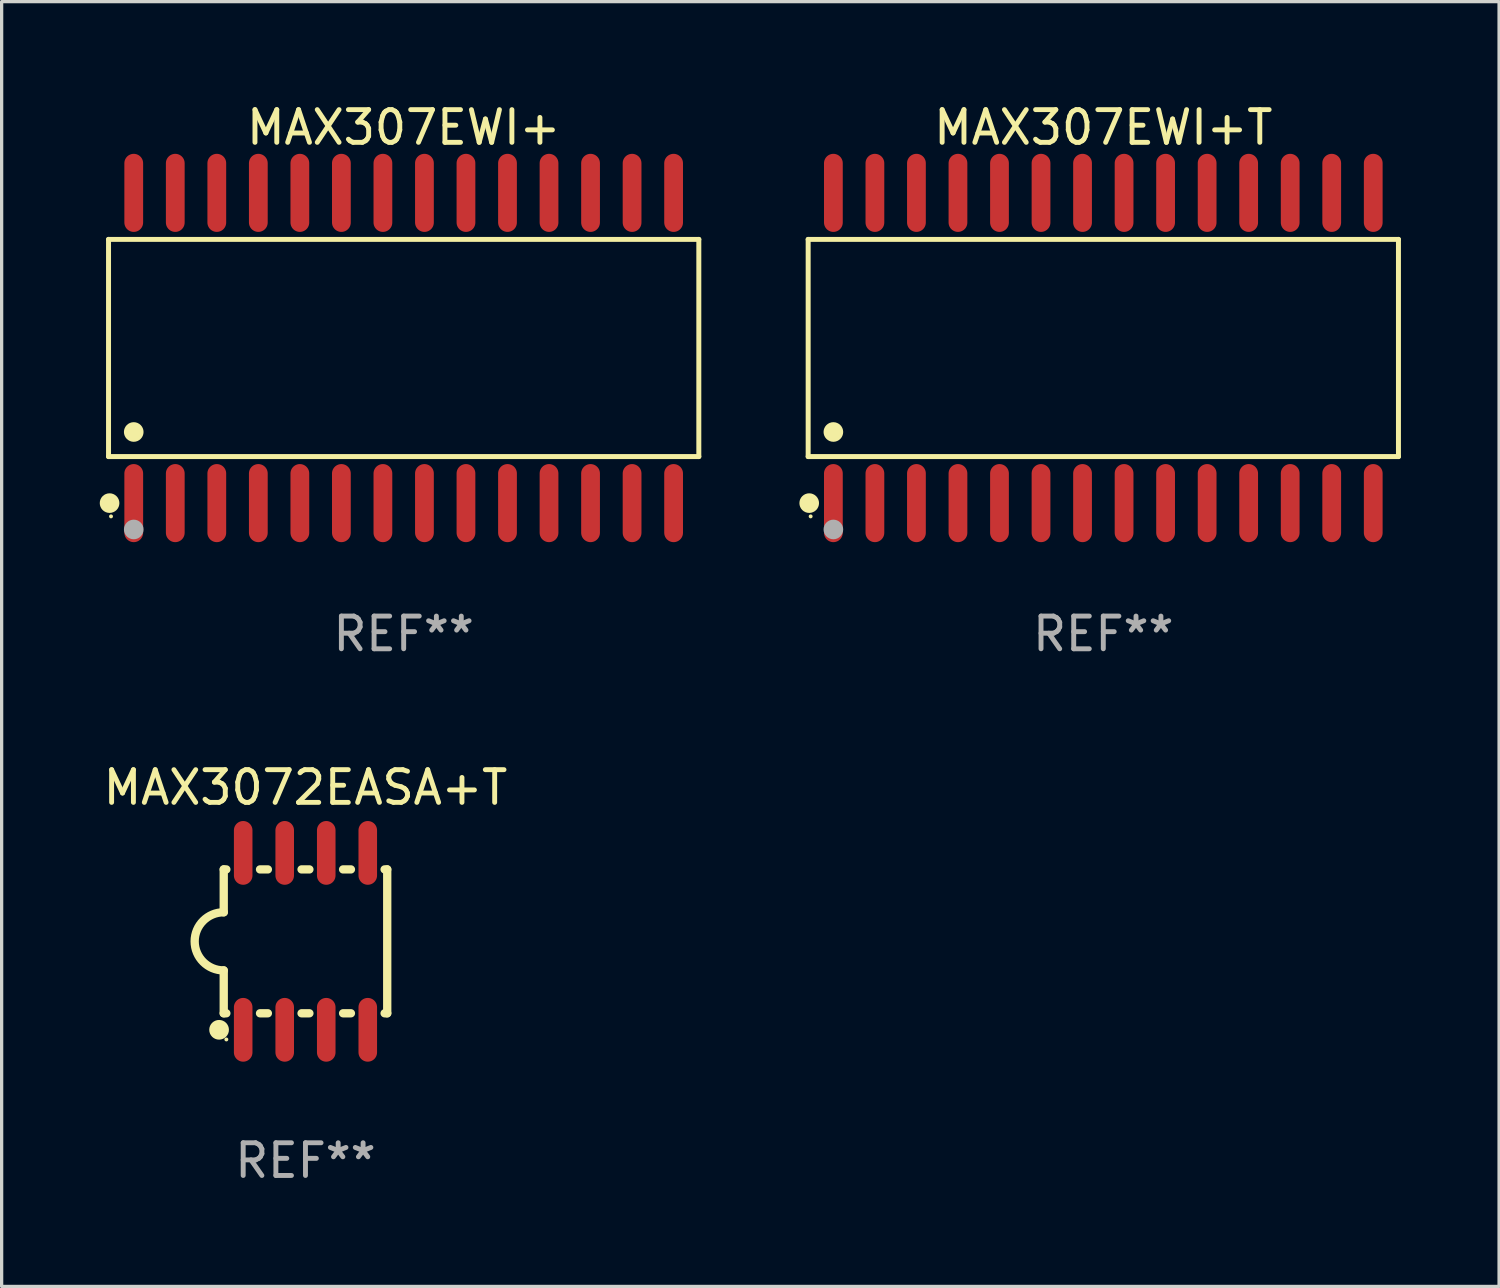
<source format=kicad_pcb>
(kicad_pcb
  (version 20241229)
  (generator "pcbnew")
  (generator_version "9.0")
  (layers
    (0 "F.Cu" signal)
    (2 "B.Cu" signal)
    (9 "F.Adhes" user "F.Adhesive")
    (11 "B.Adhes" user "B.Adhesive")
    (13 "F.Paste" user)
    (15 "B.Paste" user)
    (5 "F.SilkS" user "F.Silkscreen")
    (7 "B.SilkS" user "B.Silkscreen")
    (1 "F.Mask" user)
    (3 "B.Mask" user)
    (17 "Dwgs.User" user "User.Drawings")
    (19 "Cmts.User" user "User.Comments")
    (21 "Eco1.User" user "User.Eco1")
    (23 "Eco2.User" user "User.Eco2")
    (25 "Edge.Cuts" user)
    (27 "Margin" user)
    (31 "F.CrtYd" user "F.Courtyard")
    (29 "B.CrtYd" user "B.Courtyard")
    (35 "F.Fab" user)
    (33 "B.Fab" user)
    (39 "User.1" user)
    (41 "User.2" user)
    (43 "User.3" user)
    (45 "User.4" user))
  (footprint "MAX307EWI+T"
    (layer "F.Cu")
    (at 30.691 7.592)
    (property "Reference" "MAX307EWI+T" (at 0 -6.744 0) (layer "F.SilkS") (effects (font (size 1 1) (thickness 0.15))))
    (attr through_hole)
    (fp_line (start -9.026 -3.321) (end 9.026 -3.321) (stroke (width 0.152) (type solid)) (layer "F.SilkS"))
    (fp_line (start -9.026 3.321) (end -9.026 -3.321) (stroke (width 0.152) (type solid)) (layer "F.SilkS"))
    (fp_line (start 9.026 -3.321) (end 9.026 3.321) (stroke (width 0.152) (type solid)) (layer "F.SilkS"))
    (fp_line (start 9.026 3.321) (end -9.026 3.321) (stroke (width 0.152) (type solid)) (layer "F.SilkS"))
    (fp_circle (center -8.994 4.744) (end -8.844 4.744) (stroke (width 0.3) (type solid)) (fill no) (layer "F.SilkS"))
    (fp_circle (center -8.95 5.15) (end -8.92 5.15) (stroke (width 0.06) (type solid)) (fill no) (layer "F.SilkS"))
    (fp_circle (center -8.255 2.569) (end -8.105 2.569) (stroke (width 0.3) (type solid)) (fill no) (layer "F.SilkS"))
    (fp_circle (center -8.255 5.55) (end -8.105 5.55) (stroke (width 0.3) (type solid)) (fill no) (layer "F.Fab"))
    (fp_text user "REF**" (at 0 8.744 0) (layer "F.Fab") (effects (font (size 1 1) (thickness 0.15))))
    (pad "1" smd oval (at -8.255 4.744) (size 0.574 2.388) (layers "F.Cu" "F.Mask" "F.Paste"))
    (pad "2" smd oval (at -6.985 4.744) (size 0.574 2.388) (layers "F.Cu" "F.Mask" "F.Paste"))
    (pad "3" smd oval (at -5.715 4.744) (size 0.574 2.388) (layers "F.Cu" "F.Mask" "F.Paste"))
    (pad "4" smd oval (at -4.445 4.744) (size 0.574 2.388) (layers "F.Cu" "F.Mask" "F.Paste"))
    (pad "5" smd oval (at -3.175 4.744) (size 0.574 2.388) (layers "F.Cu" "F.Mask" "F.Paste"))
    (pad "6" smd oval (at -1.905 4.744) (size 0.574 2.388) (layers "F.Cu" "F.Mask" "F.Paste"))
    (pad "7" smd oval (at -0.635 4.744) (size 0.574 2.388) (layers "F.Cu" "F.Mask" "F.Paste"))
    (pad "8" smd oval (at 0.635 4.744) (size 0.574 2.388) (layers "F.Cu" "F.Mask" "F.Paste"))
    (pad "9" smd oval (at 1.905 4.744) (size 0.574 2.388) (layers "F.Cu" "F.Mask" "F.Paste"))
    (pad "10" smd oval (at 3.175 4.744) (size 0.574 2.388) (layers "F.Cu" "F.Mask" "F.Paste"))
    (pad "11" smd oval (at 4.445 4.744) (size 0.574 2.388) (layers "F.Cu" "F.Mask" "F.Paste"))
    (pad "12" smd oval (at 5.715 4.744) (size 0.574 2.388) (layers "F.Cu" "F.Mask" "F.Paste"))
    (pad "13" smd oval (at 6.985 4.744) (size 0.574 2.388) (layers "F.Cu" "F.Mask" "F.Paste"))
    (pad "14" smd oval (at 8.255 4.744) (size 0.574 2.388) (layers "F.Cu" "F.Mask" "F.Paste"))
    (pad "15" smd oval (at 8.255 -4.744) (size 0.574 2.388) (layers "F.Cu" "F.Mask" "F.Paste"))
    (pad "16" smd oval (at 6.985 -4.744) (size 0.574 2.388) (layers "F.Cu" "F.Mask" "F.Paste"))
    (pad "17" smd oval (at 5.715 -4.744) (size 0.574 2.388) (layers "F.Cu" "F.Mask" "F.Paste"))
    (pad "18" smd oval (at 4.445 -4.744) (size 0.574 2.388) (layers "F.Cu" "F.Mask" "F.Paste"))
    (pad "19" smd oval (at 3.175 -4.744) (size 0.574 2.388) (layers "F.Cu" "F.Mask" "F.Paste"))
    (pad "20" smd oval (at 1.905 -4.744) (size 0.574 2.388) (layers "F.Cu" "F.Mask" "F.Paste"))
    (pad "21" smd oval (at 0.635 -4.744) (size 0.574 2.388) (layers "F.Cu" "F.Mask" "F.Paste"))
    (pad "22" smd oval (at -0.635 -4.744) (size 0.574 2.388) (layers "F.Cu" "F.Mask" "F.Paste"))
    (pad "23" smd oval (at -1.905 -4.744) (size 0.574 2.388) (layers "F.Cu" "F.Mask" "F.Paste"))
    (pad "24" smd oval (at -3.175 -4.744) (size 0.574 2.388) (layers "F.Cu" "F.Mask" "F.Paste"))
    (pad "25" smd oval (at -4.445 -4.744) (size 0.574 2.388) (layers "F.Cu" "F.Mask" "F.Paste"))
    (pad "26" smd oval (at -5.715 -4.744) (size 0.574 2.388) (layers "F.Cu" "F.Mask" "F.Paste"))
    (pad "27" smd oval (at -6.985 -4.744) (size 0.574 2.388) (layers "F.Cu" "F.Mask" "F.Paste"))
    (pad "28" smd oval (at -8.255 -4.744) (size 0.574 2.388) (layers "F.Cu" "F.Mask" "F.Paste")))
  (footprint "MAX3072EASA+T"
    (layer "F.Cu")
    (at 6.292 25.738)
    (property "Reference" "MAX3072EASA+T" (at 0 -4.705 0) (layer "F.SilkS") (effects (font (size 1 1) (thickness 0.15))))
    (attr through_hole)
    (fp_line (start -2.5 -2.2) (end -2.5 -0.889) (stroke (width 0.254) (type solid)) (layer "F.SilkS"))
    (fp_line (start -2.5 2.2) (end -2.5 0.889) (stroke (width 0.254) (type solid)) (layer "F.SilkS"))
    (fp_line (start -2.42 -2.2) (end -2.5 -2.2) (stroke (width 0.254) (type solid)) (layer "F.SilkS"))
    (fp_line (start -2.42 2.2) (end -2.5 2.2) (stroke (width 0.254) (type solid)) (layer "F.SilkS"))
    (fp_line (start -1.15 -2.2) (end -1.39 -2.2) (stroke (width 0.254) (type solid)) (layer "F.SilkS"))
    (fp_line (start -1.15 2.2) (end -1.39 2.2) (stroke (width 0.254) (type solid)) (layer "F.SilkS"))
    (fp_line (start 0.12 -2.2) (end -0.12 -2.2) (stroke (width 0.254) (type solid)) (layer "F.SilkS"))
    (fp_line (start 0.12 2.2) (end -0.12 2.2) (stroke (width 0.254) (type solid)) (layer "F.SilkS"))
    (fp_line (start 1.39 -2.2) (end 1.15 -2.2) (stroke (width 0.254) (type solid)) (layer "F.SilkS"))
    (fp_line (start 1.39 2.2) (end 1.15 2.2) (stroke (width 0.254) (type solid)) (layer "F.SilkS"))
    (fp_line (start 2.5 -2.2) (end 2.42 -2.2) (stroke (width 0.254) (type solid)) (layer "F.SilkS"))
    (fp_line (start 2.5 -2.2) (end 2.5 2.2) (stroke (width 0.254) (type solid)) (layer "F.SilkS"))
    (fp_line (start 2.5 2.2) (end 2.42 2.2) (stroke (width 0.254) (type solid)) (layer "F.SilkS"))
    (fp_arc (start -2.5 0.889002) (mid -3.388367 -0.000318) (end -2.499365 -0.889002) (stroke (width 0.254001) (type solid)) (layer "F.SilkS"))
    (fp_circle (center -2.642 2.705) (end -2.491 2.705) (stroke (width 0.3) (type solid)) (fill no) (layer "F.SilkS"))
    (fp_circle (center -2.42 3) (end -2.39 3) (stroke (width 0.06) (type solid)) (fill no) (layer "F.SilkS"))
    (fp_text user "REF**" (at 0 6.705 0) (layer "F.Fab") (effects (font (size 1 1) (thickness 0.15))))
    (pad "1" smd oval (at -1.905 2.705) (size 0.568 1.95) (layers "F.Cu" "F.Mask" "F.Paste"))
    (pad "2" smd oval (at -0.635 2.705) (size 0.568 1.95) (layers "F.Cu" "F.Mask" "F.Paste"))
    (pad "3" smd oval (at 0.635 2.705) (size 0.568 1.95) (layers "F.Cu" "F.Mask" "F.Paste"))
    (pad "4" smd oval (at 1.905 2.705) (size 0.568 1.95) (layers "F.Cu" "F.Mask" "F.Paste"))
    (pad "5" smd oval (at 1.905 -2.705) (size 0.568 1.95) (layers "F.Cu" "F.Mask" "F.Paste"))
    (pad "6" smd oval (at 0.635 -2.705) (size 0.568 1.95) (layers "F.Cu" "F.Mask" "F.Paste"))
    (pad "7" smd oval (at -0.635 -2.705) (size 0.568 1.95) (layers "F.Cu" "F.Mask" "F.Paste"))
    (pad "8" smd oval (at -1.905 -2.705) (size 0.568 1.95) (layers "F.Cu" "F.Mask" "F.Paste")))
  (footprint "MAX307EWI+"
    (layer "F.Cu")
    (at 9.295 7.592)
    (property "Reference" "MAX307EWI+" (at 0 -6.744 0) (layer "F.SilkS") (effects (font (size 1 1) (thickness 0.15))))
    (attr through_hole)
    (fp_line (start -9.026 -3.321) (end 9.026 -3.321) (stroke (width 0.152) (type solid)) (layer "F.SilkS"))
    (fp_line (start -9.026 3.321) (end -9.026 -3.321) (stroke (width 0.152) (type solid)) (layer "F.SilkS"))
    (fp_line (start 9.026 -3.321) (end 9.026 3.321) (stroke (width 0.152) (type solid)) (layer "F.SilkS"))
    (fp_line (start 9.026 3.321) (end -9.026 3.321) (stroke (width 0.152) (type solid)) (layer "F.SilkS"))
    (fp_circle (center -8.994 4.744) (end -8.844 4.744) (stroke (width 0.3) (type solid)) (fill no) (layer "F.SilkS"))
    (fp_circle (center -8.95 5.15) (end -8.92 5.15) (stroke (width 0.06) (type solid)) (fill no) (layer "F.SilkS"))
    (fp_circle (center -8.255 2.569) (end -8.105 2.569) (stroke (width 0.3) (type solid)) (fill no) (layer "F.SilkS"))
    (fp_circle (center -8.255 5.55) (end -8.105 5.55) (stroke (width 0.3) (type solid)) (fill no) (layer "F.Fab"))
    (fp_text user "REF**" (at 0 8.744 0) (layer "F.Fab") (effects (font (size 1 1) (thickness 0.15))))
    (pad "1" smd oval (at -8.255 4.744) (size 0.574 2.388) (layers "F.Cu" "F.Mask" "F.Paste"))
    (pad "2" smd oval (at -6.985 4.744) (size 0.574 2.388) (layers "F.Cu" "F.Mask" "F.Paste"))
    (pad "3" smd oval (at -5.715 4.744) (size 0.574 2.388) (layers "F.Cu" "F.Mask" "F.Paste"))
    (pad "4" smd oval (at -4.445 4.744) (size 0.574 2.388) (layers "F.Cu" "F.Mask" "F.Paste"))
    (pad "5" smd oval (at -3.175 4.744) (size 0.574 2.388) (layers "F.Cu" "F.Mask" "F.Paste"))
    (pad "6" smd oval (at -1.905 4.744) (size 0.574 2.388) (layers "F.Cu" "F.Mask" "F.Paste"))
    (pad "7" smd oval (at -0.635 4.744) (size 0.574 2.388) (layers "F.Cu" "F.Mask" "F.Paste"))
    (pad "8" smd oval (at 0.635 4.744) (size 0.574 2.388) (layers "F.Cu" "F.Mask" "F.Paste"))
    (pad "9" smd oval (at 1.905 4.744) (size 0.574 2.388) (layers "F.Cu" "F.Mask" "F.Paste"))
    (pad "10" smd oval (at 3.175 4.744) (size 0.574 2.388) (layers "F.Cu" "F.Mask" "F.Paste"))
    (pad "11" smd oval (at 4.445 4.744) (size 0.574 2.388) (layers "F.Cu" "F.Mask" "F.Paste"))
    (pad "12" smd oval (at 5.715 4.744) (size 0.574 2.388) (layers "F.Cu" "F.Mask" "F.Paste"))
    (pad "13" smd oval (at 6.985 4.744) (size 0.574 2.388) (layers "F.Cu" "F.Mask" "F.Paste"))
    (pad "14" smd oval (at 8.255 4.744) (size 0.574 2.388) (layers "F.Cu" "F.Mask" "F.Paste"))
    (pad "15" smd oval (at 8.255 -4.744) (size 0.574 2.388) (layers "F.Cu" "F.Mask" "F.Paste"))
    (pad "16" smd oval (at 6.985 -4.744) (size 0.574 2.388) (layers "F.Cu" "F.Mask" "F.Paste"))
    (pad "17" smd oval (at 5.715 -4.744) (size 0.574 2.388) (layers "F.Cu" "F.Mask" "F.Paste"))
    (pad "18" smd oval (at 4.445 -4.744) (size 0.574 2.388) (layers "F.Cu" "F.Mask" "F.Paste"))
    (pad "19" smd oval (at 3.175 -4.744) (size 0.574 2.388) (layers "F.Cu" "F.Mask" "F.Paste"))
    (pad "20" smd oval (at 1.905 -4.744) (size 0.574 2.388) (layers "F.Cu" "F.Mask" "F.Paste"))
    (pad "21" smd oval (at 0.635 -4.744) (size 0.574 2.388) (layers "F.Cu" "F.Mask" "F.Paste"))
    (pad "22" smd oval (at -0.635 -4.744) (size 0.574 2.388) (layers "F.Cu" "F.Mask" "F.Paste"))
    (pad "23" smd oval (at -1.905 -4.744) (size 0.574 2.388) (layers "F.Cu" "F.Mask" "F.Paste"))
    (pad "24" smd oval (at -3.175 -4.744) (size 0.574 2.388) (layers "F.Cu" "F.Mask" "F.Paste"))
    (pad "25" smd oval (at -4.445 -4.744) (size 0.574 2.388) (layers "F.Cu" "F.Mask" "F.Paste"))
    (pad "26" smd oval (at -5.715 -4.744) (size 0.574 2.388) (layers "F.Cu" "F.Mask" "F.Paste"))
    (pad "27" smd oval (at -6.985 -4.744) (size 0.574 2.388) (layers "F.Cu" "F.Mask" "F.Paste"))
    (pad "28" smd oval (at -8.255 -4.744) (size 0.574 2.388) (layers "F.Cu" "F.Mask" "F.Paste")))
  (gr_rect
    (start -3 -3)
    (end 42.794 36.291)
    (stroke (width 0.1) (type default))
    (fill no)
    (layer "Edge.Cuts")))
</source>
